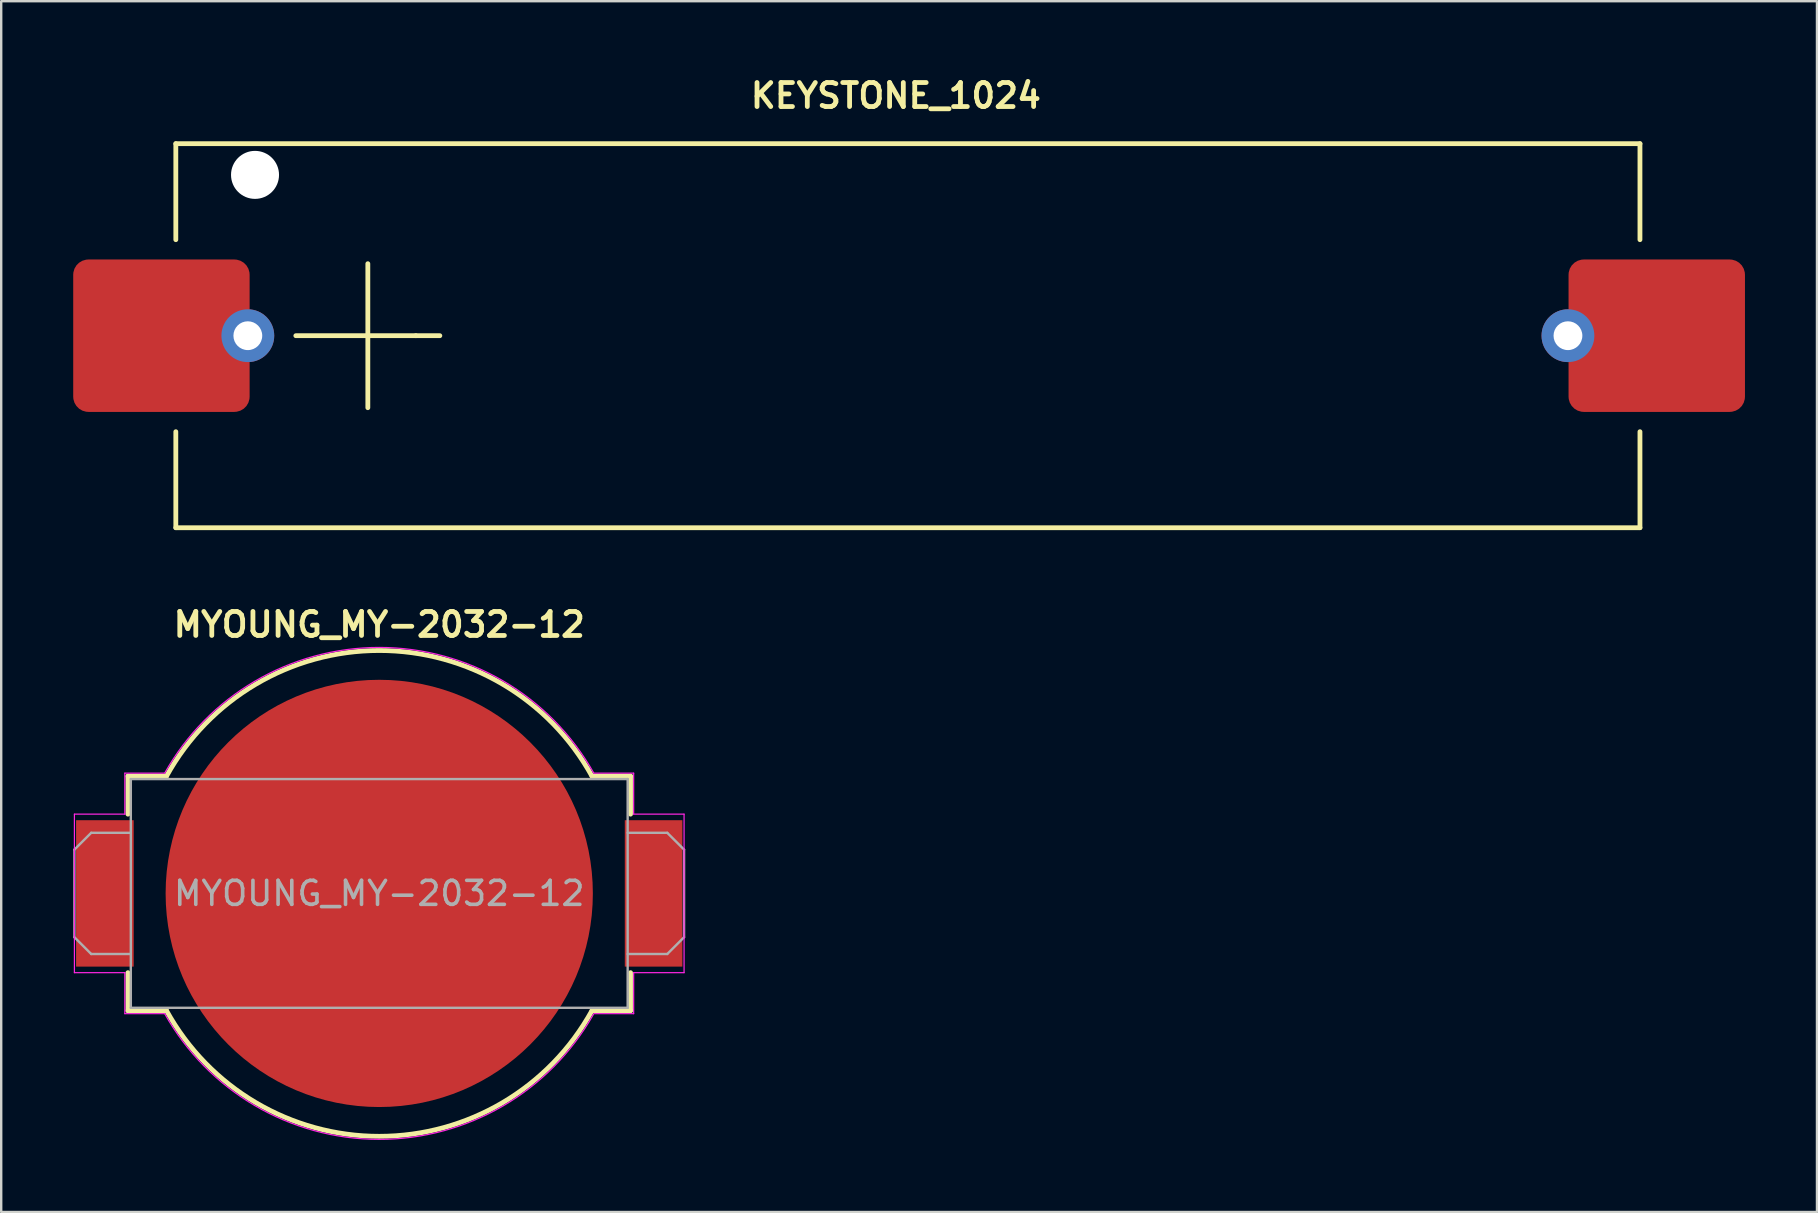
<source format=kicad_pcb>
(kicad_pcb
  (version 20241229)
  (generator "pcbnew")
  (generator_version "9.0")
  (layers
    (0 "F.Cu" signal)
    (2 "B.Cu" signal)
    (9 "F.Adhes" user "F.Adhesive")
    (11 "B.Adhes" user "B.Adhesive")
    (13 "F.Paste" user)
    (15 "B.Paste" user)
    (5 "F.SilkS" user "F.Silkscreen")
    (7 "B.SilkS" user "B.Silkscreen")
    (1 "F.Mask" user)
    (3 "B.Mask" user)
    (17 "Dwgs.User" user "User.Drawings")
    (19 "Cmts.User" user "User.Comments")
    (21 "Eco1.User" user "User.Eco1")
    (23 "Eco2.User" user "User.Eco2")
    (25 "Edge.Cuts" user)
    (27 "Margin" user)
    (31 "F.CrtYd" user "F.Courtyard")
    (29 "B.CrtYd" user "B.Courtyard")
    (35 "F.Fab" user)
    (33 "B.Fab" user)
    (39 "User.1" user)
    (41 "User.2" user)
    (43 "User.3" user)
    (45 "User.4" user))
  (footprint "MYOUNG_MY-2032-12"
    (layer "F.Cu")
    (at 12.75 34.172)
    (property "Reference" "MYOUNG_MY-2032-12" (at 0 -11.2 0) (layer "F.SilkS") (effects (font (size 1 1) (thickness 0.2) (bold yes))))
    (attr smd)
    (fp_line (start -10.47 -4.885) (end -8.863 -4.885) (stroke (width 0.2) (type solid)) (layer "F.SilkS"))
    (fp_line (start -10.47 -3.302) (end -10.47 -4.885) (stroke (width 0.2) (type solid)) (layer "F.SilkS"))
    (fp_line (start -10.47 3.302) (end -10.47 4.885) (stroke (width 0.2) (type solid)) (layer "F.SilkS"))
    (fp_line (start -10.47 4.885) (end -8.863 4.885) (stroke (width 0.2) (type solid)) (layer "F.SilkS"))
    (fp_line (start 10.47 -4.885) (end 8.863 -4.885) (stroke (width 0.2) (type solid)) (layer "F.SilkS"))
    (fp_line (start 10.47 -3.302) (end 10.47 -4.885) (stroke (width 0.2) (type solid)) (layer "F.SilkS"))
    (fp_line (start 10.47 3.302) (end 10.47 4.885) (stroke (width 0.2) (type solid)) (layer "F.SilkS"))
    (fp_line (start 10.47 4.885) (end 8.863 4.885) (stroke (width 0.2) (type solid)) (layer "F.SilkS"))
    (fp_arc (start -8.86291 -4.885) (mid 0 -10.12) (end 8.86291 -4.885) (stroke (width 0.2) (type solid)) (layer "F.SilkS"))
    (fp_arc (start 8.865021 4.881168) (mid 0.002187 10.120001) (end -8.86291 4.885) (stroke (width 0.2) (type solid)) (layer "F.SilkS"))
    (fp_line (start -12.7 -3.302) (end -12.7 3.302) (stroke (width 0.05) (type solid)) (layer "F.CrtYd"))
    (fp_line (start -12.7 3.302) (end -10.6 3.302) (stroke (width 0.05) (type solid)) (layer "F.CrtYd"))
    (fp_line (start -10.6 -5.01) (end -10.6 -3.302) (stroke (width 0.05) (type solid)) (layer "F.CrtYd"))
    (fp_line (start -10.6 -3.302) (end -12.7 -3.302) (stroke (width 0.05) (type solid)) (layer "F.CrtYd"))
    (fp_line (start -10.6 5.01) (end -10.6 3.302) (stroke (width 0.05) (type solid)) (layer "F.CrtYd"))
    (fp_line (start -10.6 5.01) (end -8.94 5.01) (stroke (width 0.05) (type solid)) (layer "F.CrtYd"))
    (fp_line (start -8.94 -5.01) (end -10.6 -5.01) (stroke (width 0.05) (type solid)) (layer "F.CrtYd"))
    (fp_line (start 8.94 -5.01) (end 10.6 -5.01) (stroke (width 0.05) (type solid)) (layer "F.CrtYd"))
    (fp_line (start 8.94 5.01) (end 10.6 5.01) (stroke (width 0.05) (type solid)) (layer "F.CrtYd"))
    (fp_line (start 10.6 -5.01) (end 10.6 -3.302) (stroke (width 0.05) (type solid)) (layer "F.CrtYd"))
    (fp_line (start 10.6 -3.302) (end 12.7 -3.302) (stroke (width 0.05) (type solid)) (layer "F.CrtYd"))
    (fp_line (start 10.6 3.302) (end 12.7 3.302) (stroke (width 0.05) (type solid)) (layer "F.CrtYd"))
    (fp_line (start 10.6 5.01) (end 10.6 3.302) (stroke (width 0.05) (type solid)) (layer "F.CrtYd"))
    (fp_line (start 12.7 -3.302) (end 12.7 3.302) (stroke (width 0.05) (type solid)) (layer "F.CrtYd"))
    (fp_arc (start -8.934116 -5.020486) (mid 0.006012 -10.248106) (end 8.94 -5.01) (stroke (width 0.05) (type solid)) (layer "F.CrtYd"))
    (fp_arc (start 8.92534 5.036071) (mid -0.014955 10.248096) (end -8.94 5.01) (stroke (width 0.05) (type solid)) (layer "F.CrtYd"))
    (fp_line (start -12.7 -1.825) (end -12.7 1.825) (stroke (width 0.1) (type solid)) (layer "F.Fab"))
    (fp_line (start -12.7 -1.825) (end -12 -2.525) (stroke (width 0.1) (type solid)) (layer "F.Fab"))
    (fp_line (start -12.7 1.825) (end -12 2.525) (stroke (width 0.1) (type solid)) (layer "F.Fab"))
    (fp_line (start -10.35 -4.765) (end 10.35 -4.765) (stroke (width 0.1) (type solid)) (layer "F.Fab"))
    (fp_line (start -10.35 -2.525) (end -12 -2.525) (stroke (width 0.1) (type solid)) (layer "F.Fab"))
    (fp_line (start -10.35 2.525) (end -12 2.525) (stroke (width 0.1) (type solid)) (layer "F.Fab"))
    (fp_line (start -10.35 4.765) (end -10.35 -4.765) (stroke (width 0.1) (type solid)) (layer "F.Fab"))
    (fp_line (start -10.35 4.765) (end 10.35 4.765) (stroke (width 0.1) (type solid)) (layer "F.Fab"))
    (fp_line (start 10.35 -2.525) (end 12 -2.525) (stroke (width 0.1) (type solid)) (layer "F.Fab"))
    (fp_line (start 10.35 2.525) (end 12 2.525) (stroke (width 0.1) (type solid)) (layer "F.Fab"))
    (fp_line (start 10.35 4.765) (end 10.35 -4.765) (stroke (width 0.1) (type solid)) (layer "F.Fab"))
    (fp_line (start 12.7 -1.825) (end 12 -2.525) (stroke (width 0.1) (type solid)) (layer "F.Fab"))
    (fp_line (start 12.7 -1.825) (end 12.7 1.825) (stroke (width 0.1) (type solid)) (layer "F.Fab"))
    (fp_line (start 12.7 1.825) (end 12 2.525) (stroke (width 0.1) (type solid)) (layer "F.Fab"))
    (fp_text user "${REFERENCE}" (at 0 0 0) (layer "F.Fab") (effects (font (size 1 1) (thickness 0.15))))
    (pad "1" smd rect (at -11.43 0) (size 2.4 6.1) (layers "F.Cu" "F.Mask" "F.Paste"))
    (pad "1" smd rect (at 11.43 0) (size 2.4 6.1) (layers "F.Cu" "F.Mask" "F.Paste"))
    (pad "2" smd circle (at 0 0) (size 17.8 17.8) (layers "F.Cu" "F.Mask")))
  (footprint "KEYSTONE_1024"
    (layer "F.Cu")
    (at 7.275 10.936)
    (property "Reference" "KEYSTONE_1024" (at 27 -10 0) (layer "F.SilkS") (effects (font (size 1 1) (thickness 0.2))))
    (attr through_hole)
    (fp_line (start -3 -8) (end 58 -8) (stroke (width 0.2) (type solid)) (layer "F.SilkS"))
    (fp_line (start -3 -4) (end -3 -8) (stroke (width 0.2) (type solid)) (layer "F.SilkS"))
    (fp_line (start -3 4) (end -3 8) (stroke (width 0.2) (type solid)) (layer "F.SilkS"))
    (fp_line (start -3 8) (end 58 8) (stroke (width 0.2) (type solid)) (layer "F.SilkS"))
    (fp_line (start 2 0) (end 7 0) (stroke (width 0.2) (type solid)) (layer "F.SilkS"))
    (fp_line (start 5 3) (end 5 -3) (stroke (width 0.2) (type solid)) (layer "F.SilkS"))
    (fp_line (start 7 0) (end 8 0) (stroke (width 0.2) (type solid)) (layer "F.SilkS"))
    (fp_line (start 58 -8) (end 58 -4) (stroke (width 0.2) (type solid)) (layer "F.SilkS"))
    (fp_line (start 58 8) (end 58 4) (stroke (width 0.2) (type solid)) (layer "F.SilkS"))
    (pad "" np_thru_hole circle (at 0.3 -6.7) (size 2 2) (drill 2) (layers "*.Cu" "*.Mask"))
    (pad "1" smd roundrect (at -3.6 0) (size 7.35 6.35) (layers "F.Cu" "F.Mask" "F.Paste") (roundrect_rratio 0.1))
    (pad "1" thru_hole circle (at 0 0) (size 2.2 2.2) (drill 1.2) (layers "*.Cu" "*.Mask"))
    (pad "2" thru_hole circle (at 55 0) (size 2.2 2.2) (drill 1.2) (layers "*.Cu" "*.Mask"))
    (pad "2" smd roundrect (at 58.7 0) (size 7.35 6.35) (layers "F.Cu" "F.Mask" "F.Paste") (roundrect_rratio 0.1)))
  (gr_rect
    (start -3 -3)
    (end 72.65 47.445)
    (stroke (width 0.1) (type default))
    (fill no)
    (layer "Edge.Cuts")))
</source>
